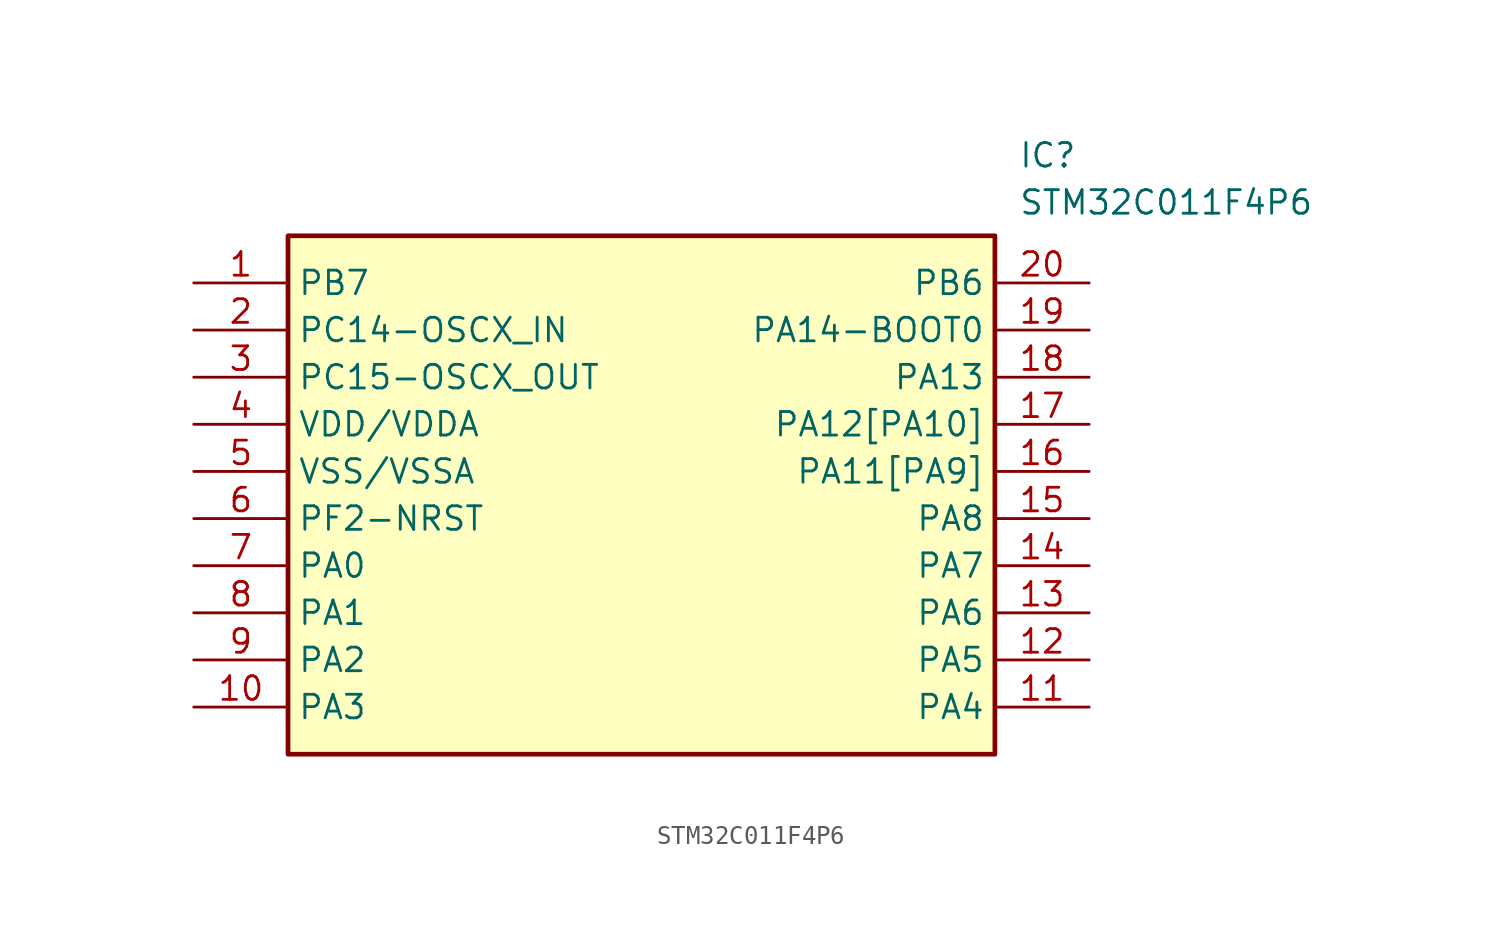
<source format=kicad_sym>
(kicad_symbol_lib
  (version 20211014)
  (generator SamacSys_ECAD_Model)
  (symbol "STM32C011F4P6"
    (property "Reference" "IC"
      (at 44.45 7.62 0)
      (effects (font (size 1.27 1.27)) (justify left top)))
    (property "Value" "STM32C011F4P6"
      (at 44.45 5.08 0)
      (effects (font (size 1.27 1.27)) (justify left top)))
    (rectangle
      (start 5.08 2.54)
      (end 43.18 -25.4)
      (stroke (width 0.254) (type default))
      (fill (type background)))
    (pin passive line
      (at 0 0 0)
      (length 5.08)
      (name "PB7" (effects (font (size 1.27 1.27))))
      (number "1" (effects (font (size 1.27 1.27)))))
    (pin passive line
      (at 0 -2.54 0)
      (length 5.08)
      (name "PC14-OSCX_IN" (effects (font (size 1.27 1.27))))
      (number "2" (effects (font (size 1.27 1.27)))))
    (pin passive line
      (at 0 -5.08 0)
      (length 5.08)
      (name "PC15-OSCX_OUT" (effects (font (size 1.27 1.27))))
      (number "3" (effects (font (size 1.27 1.27)))))
    (pin passive line
      (at 0 -7.62 0)
      (length 5.08)
      (name "VDD/VDDA" (effects (font (size 1.27 1.27))))
      (number "4" (effects (font (size 1.27 1.27)))))
    (pin passive line
      (at 0 -10.16 0)
      (length 5.08)
      (name "VSS/VSSA" (effects (font (size 1.27 1.27))))
      (number "5" (effects (font (size 1.27 1.27)))))
    (pin passive line
      (at 0 -12.7 0)
      (length 5.08)
      (name "PF2-NRST" (effects (font (size 1.27 1.27))))
      (number "6" (effects (font (size 1.27 1.27)))))
    (pin passive line
      (at 0 -15.24 0)
      (length 5.08)
      (name "PA0" (effects (font (size 1.27 1.27))))
      (number "7" (effects (font (size 1.27 1.27)))))
    (pin passive line
      (at 0 -17.78 0)
      (length 5.08)
      (name "PA1" (effects (font (size 1.27 1.27))))
      (number "8" (effects (font (size 1.27 1.27)))))
    (pin passive line
      (at 0 -20.32 0)
      (length 5.08)
      (name "PA2" (effects (font (size 1.27 1.27))))
      (number "9" (effects (font (size 1.27 1.27)))))
    (pin passive line
      (at 0 -22.86 0)
      (length 5.08)
      (name "PA3" (effects (font (size 1.27 1.27))))
      (number "10" (effects (font (size 1.27 1.27)))))
    (pin passive line
      (at 48.26 0 180)
      (length 5.08)
      (name "PB6" (effects (font (size 1.27 1.27))))
      (number "20" (effects (font (size 1.27 1.27)))))
    (pin passive line
      (at 48.26 -2.54 180)
      (length 5.08)
      (name "PA14-BOOT0" (effects (font (size 1.27 1.27))))
      (number "19" (effects (font (size 1.27 1.27)))))
    (pin passive line
      (at 48.26 -5.08 180)
      (length 5.08)
      (name "PA13" (effects (font (size 1.27 1.27))))
      (number "18" (effects (font (size 1.27 1.27)))))
    (pin passive line
      (at 48.26 -7.62 180)
      (length 5.08)
      (name "PA12[PA10]" (effects (font (size 1.27 1.27))))
      (number "17" (effects (font (size 1.27 1.27)))))
    (pin passive line
      (at 48.26 -10.16 180)
      (length 5.08)
      (name "PA11[PA9]" (effects (font (size 1.27 1.27))))
      (number "16" (effects (font (size 1.27 1.27)))))
    (pin passive line
      (at 48.26 -12.7 180)
      (length 5.08)
      (name "PA8" (effects (font (size 1.27 1.27))))
      (number "15" (effects (font (size 1.27 1.27)))))
    (pin passive line
      (at 48.26 -15.24 180)
      (length 5.08)
      (name "PA7" (effects (font (size 1.27 1.27))))
      (number "14" (effects (font (size 1.27 1.27)))))
    (pin passive line
      (at 48.26 -17.78 180)
      (length 5.08)
      (name "PA6" (effects (font (size 1.27 1.27))))
      (number "13" (effects (font (size 1.27 1.27)))))
    (pin passive line
      (at 48.26 -20.32 180)
      (length 5.08)
      (name "PA5" (effects (font (size 1.27 1.27))))
      (number "12" (effects (font (size 1.27 1.27)))))
    (pin passive line
      (at 48.26 -22.86 180)
      (length 5.08)
      (name "PA4" (effects (font (size 1.27 1.27))))
      (number "11" (effects (font (size 1.27 1.27)))))))
</source>
